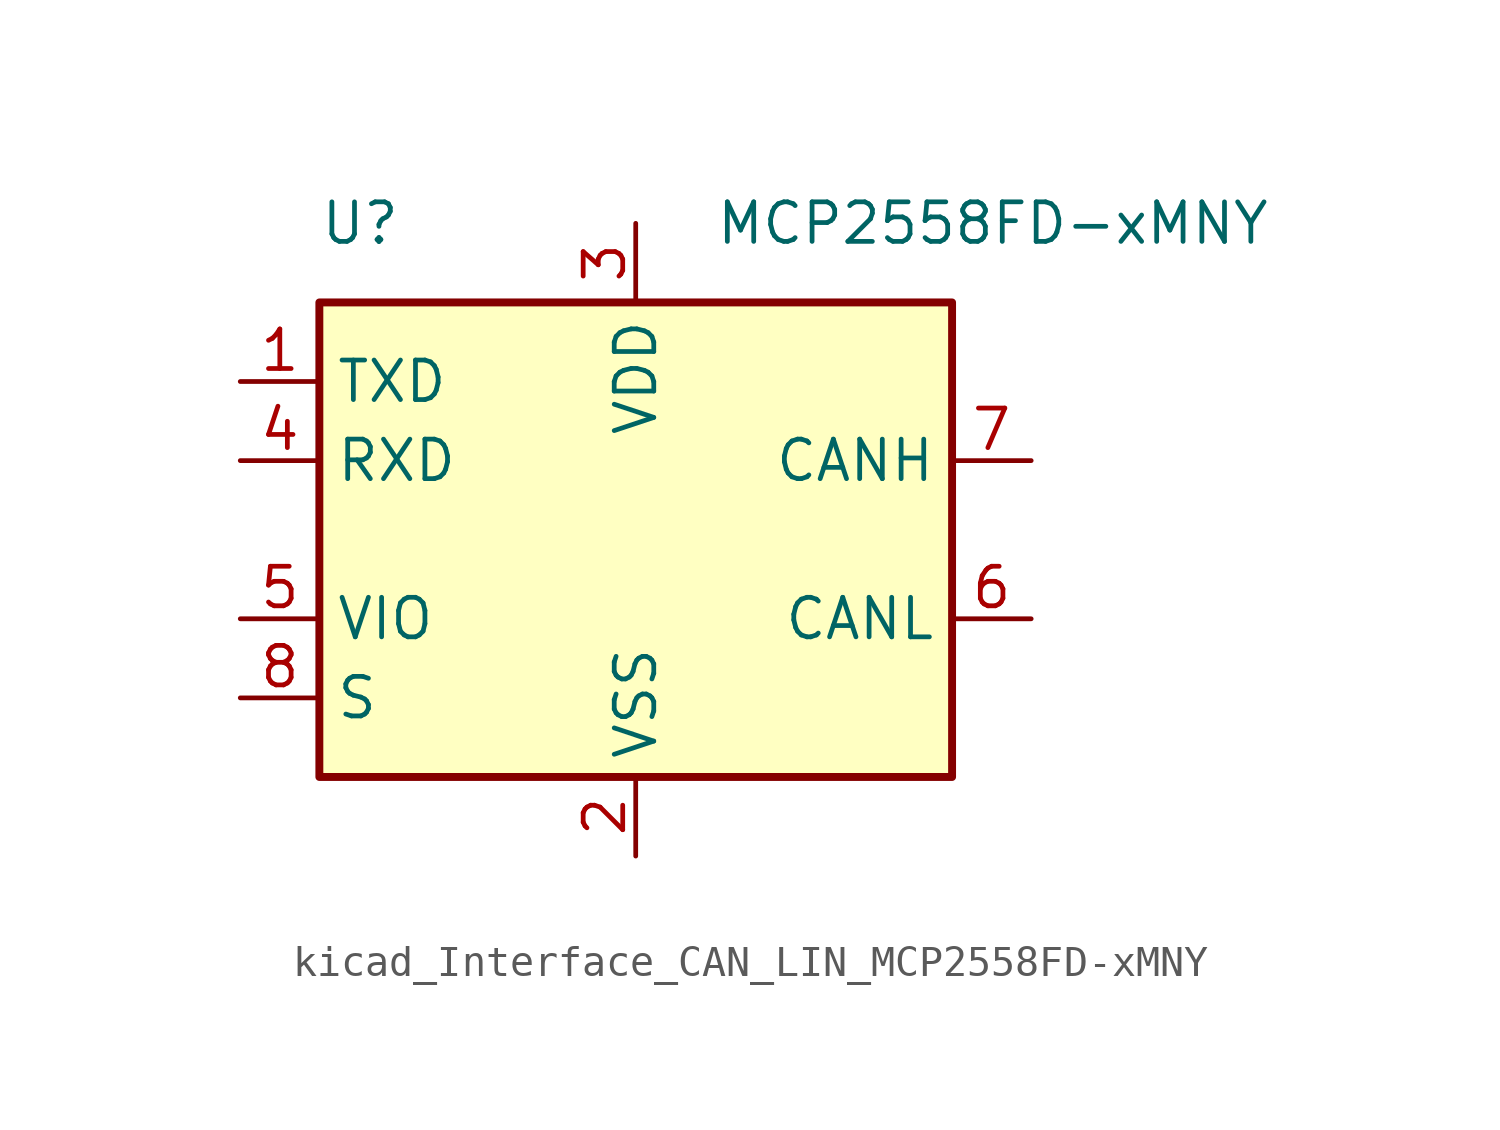
<source format=kicad_sym>
(kicad_symbol_lib
  (version 20220914)
  (generator kicad_symbol_editor)
  (symbol "kicad_Interface_CAN_LIN_MCP2558FD-xMNY"
    (property "Reference" "U"
      (at -10.16 10.16 0)
      (effects (font (size 1.27 1.27)) (justify left)))
    (property "Value" "MCP2558FD-xMNY"
      (at 2.54 10.16 0)
      (effects (font (size 1.27 1.27)) (justify left)))
    (symbol "kicad_Interface_CAN_LIN_MCP2558FD-xMNY_0_1"
      (rectangle (start -10.16 7.62) (end 10.16 -7.62) (stroke (width 0.254) (type default)) (fill (type background))))
    (symbol "kicad_Interface_CAN_LIN_MCP2558FD-xMNY_1_1"
      (pin input line (at -12.7 5.08 0) (length 2.54) (name "TXD" (effects (font (size 1.27 1.27)))) (number "1" (effects (font (size 1.27 1.27)))))
      (pin power_in line (at 0 -10.16 90) (length 2.54) (name "VSS" (effects (font (size 1.27 1.27)))) (number "2" (effects (font (size 1.27 1.27)))))
      (pin power_in line (at 0 10.16 270) (length 2.54) (name "VDD" (effects (font (size 1.27 1.27)))) (number "3" (effects (font (size 1.27 1.27)))))
      (pin output line (at -12.7 2.54 0) (length 2.54) (name "RXD" (effects (font (size 1.27 1.27)))) (number "4" (effects (font (size 1.27 1.27)))))
      (pin power_in line (at -12.7 -2.54 0) (length 2.54) (name "VIO" (effects (font (size 1.27 1.27)))) (number "5" (effects (font (size 1.27 1.27)))))
      (pin bidirectional line (at 12.7 -2.54 180) (length 2.54) (name "CANL" (effects (font (size 1.27 1.27)))) (number "6" (effects (font (size 1.27 1.27)))))
      (pin bidirectional line (at 12.7 2.54 180) (length 2.54) (name "CANH" (effects (font (size 1.27 1.27)))) (number "7" (effects (font (size 1.27 1.27)))))
      (pin input line (at -12.7 -5.08 0) (length 2.54) (name "S" (effects (font (size 1.27 1.27)))) (number "8" (effects (font (size 1.27 1.27)))))
      (pin passive line (at 0 -10.16 90) (length 2.54) hide (name "VSS" (effects (font (size 1.27 1.27)))) (number "9" (effects (font (size 1.27 1.27))))))))
</source>
